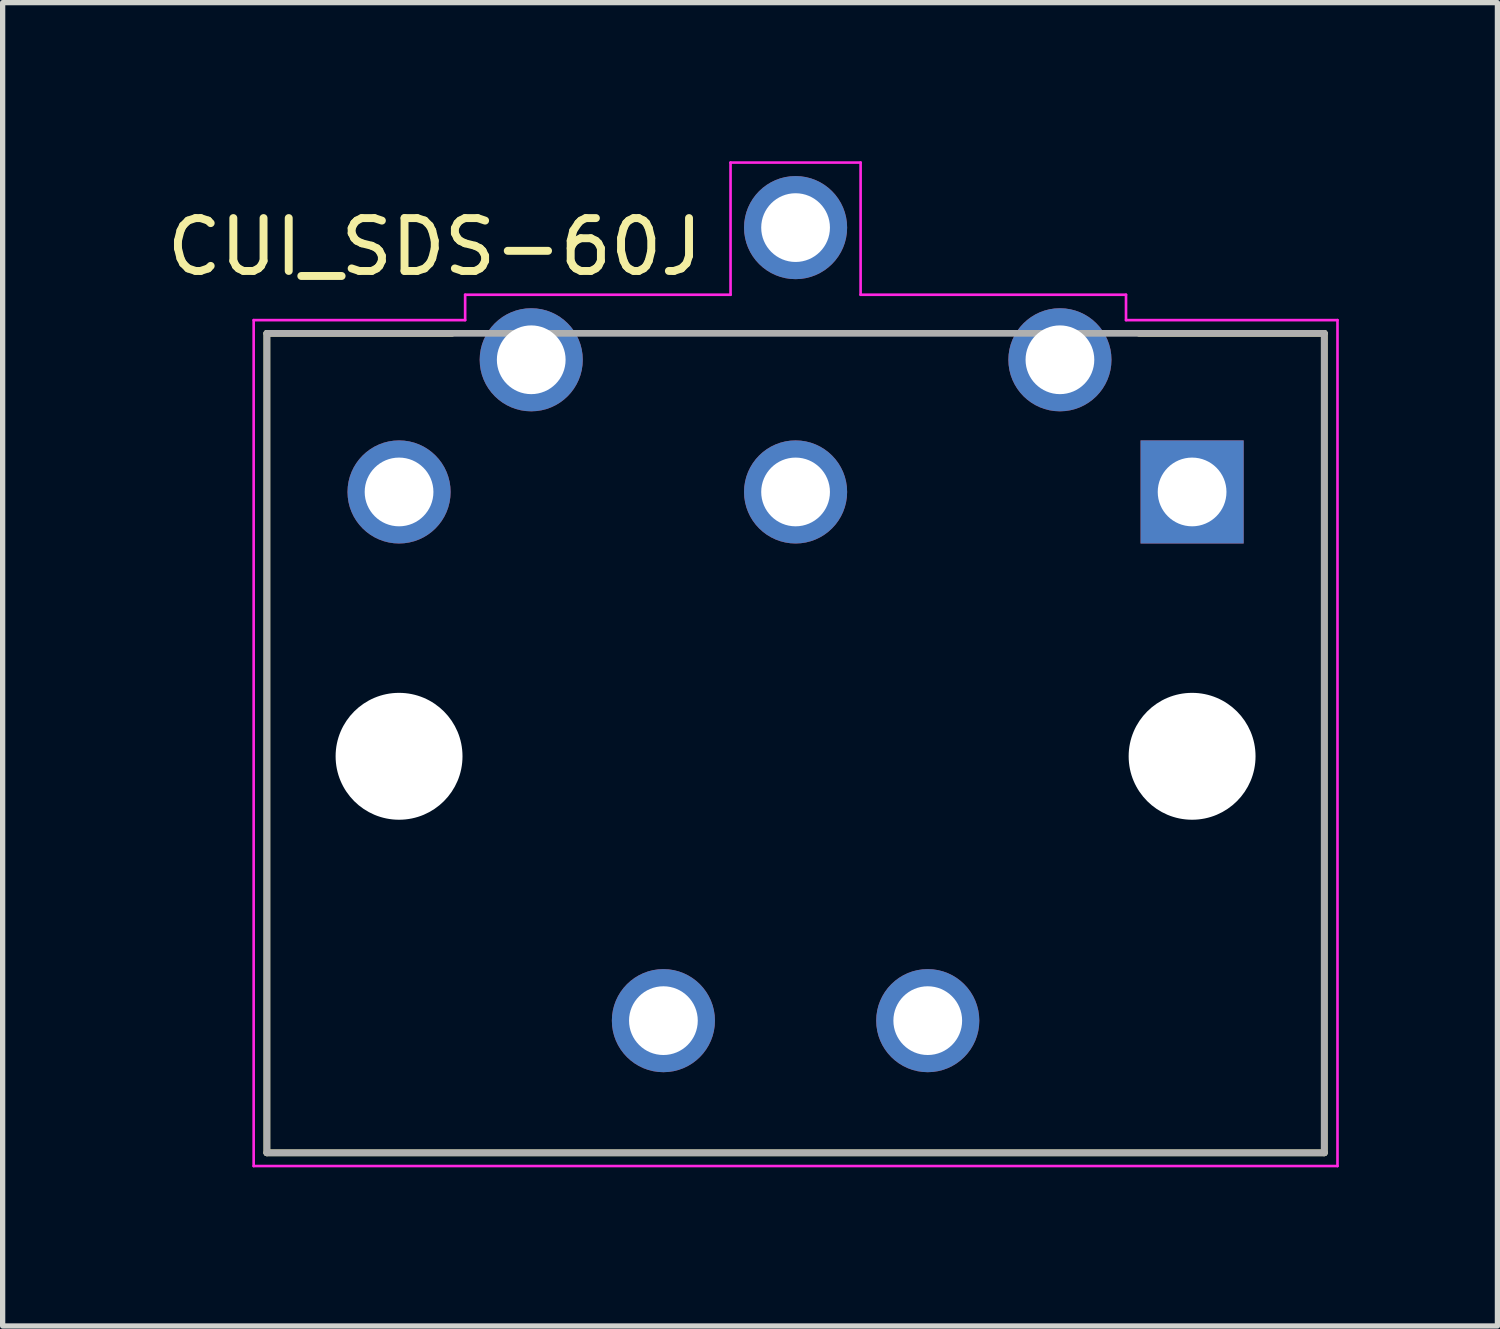
<source format=kicad_pcb>
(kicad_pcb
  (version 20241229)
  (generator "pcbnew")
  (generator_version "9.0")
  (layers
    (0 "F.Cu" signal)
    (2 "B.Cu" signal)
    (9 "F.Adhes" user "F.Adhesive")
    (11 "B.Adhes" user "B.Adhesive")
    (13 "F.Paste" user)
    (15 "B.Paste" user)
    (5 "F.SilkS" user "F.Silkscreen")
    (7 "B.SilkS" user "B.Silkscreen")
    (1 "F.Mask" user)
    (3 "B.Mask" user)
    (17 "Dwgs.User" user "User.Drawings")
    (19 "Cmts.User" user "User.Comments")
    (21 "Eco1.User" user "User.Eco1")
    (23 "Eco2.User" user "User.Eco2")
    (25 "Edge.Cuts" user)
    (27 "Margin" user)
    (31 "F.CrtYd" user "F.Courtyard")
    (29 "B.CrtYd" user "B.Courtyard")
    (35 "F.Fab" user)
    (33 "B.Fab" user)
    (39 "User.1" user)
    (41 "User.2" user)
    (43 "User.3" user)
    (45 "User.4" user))
  (footprint "CUI_SDS-60J"
    (layer "F.Cu")
    (at 11.998 11.255)
    (property "Reference" "CUI_SDS-60J" (at -6.825 -9.635 0) (layer "F.SilkS") (effects (font (size 1 1) (thickness 0.15))))
    (attr through_hole)
    (fp_line (start -10 -8) (end -6.5 -8) (stroke (width 0.127) (type solid)) (layer "F.SilkS"))
    (fp_line (start -10 7.5) (end -10 -8) (stroke (width 0.127) (type solid)) (layer "F.SilkS"))
    (fp_line (start -10 7.5) (end 10 7.5) (stroke (width 0.127) (type solid)) (layer "F.SilkS"))
    (fp_line (start 6.5 -8) (end 10 -8) (stroke (width 0.127) (type solid)) (layer "F.SilkS"))
    (fp_line (start 10 -8) (end 10 7.5) (stroke (width 0.127) (type solid)) (layer "F.SilkS"))
    (fp_line (start -10.25 -8.25) (end -6.25 -8.25) (stroke (width 0.05) (type solid)) (layer "F.CrtYd"))
    (fp_line (start -10.25 7.75) (end -10.25 -8.25) (stroke (width 0.05) (type solid)) (layer "F.CrtYd"))
    (fp_line (start -6.25 -8.73) (end -1.23 -8.73) (stroke (width 0.05) (type solid)) (layer "F.CrtYd"))
    (fp_line (start -6.25 -8.25) (end -6.25 -8.73) (stroke (width 0.05) (type solid)) (layer "F.CrtYd"))
    (fp_line (start -1.23 -11.23) (end 1.23 -11.23) (stroke (width 0.05) (type solid)) (layer "F.CrtYd"))
    (fp_line (start -1.23 -8.73) (end -1.23 -11.23) (stroke (width 0.05) (type solid)) (layer "F.CrtYd"))
    (fp_line (start 1.23 -11.23) (end 1.23 -8.73) (stroke (width 0.05) (type solid)) (layer "F.CrtYd"))
    (fp_line (start 1.23 -8.73) (end 6.25 -8.73) (stroke (width 0.05) (type solid)) (layer "F.CrtYd"))
    (fp_line (start 6.25 -8.73) (end 6.25 -8.25) (stroke (width 0.05) (type solid)) (layer "F.CrtYd"))
    (fp_line (start 6.25 -8.25) (end 10.25 -8.25) (stroke (width 0.05) (type solid)) (layer "F.CrtYd"))
    (fp_line (start 10.25 -8.25) (end 10.25 7.75) (stroke (width 0.05) (type solid)) (layer "F.CrtYd"))
    (fp_line (start 10.25 7.75) (end -10.25 7.75) (stroke (width 0.05) (type solid)) (layer "F.CrtYd"))
    (fp_line (start -10 -8) (end 10 -8) (stroke (width 0.127) (type solid)) (layer "F.Fab"))
    (fp_line (start -10 7.5) (end -10 -8) (stroke (width 0.127) (type solid)) (layer "F.Fab"))
    (fp_line (start 10 -8) (end 10 7.5) (stroke (width 0.127) (type solid)) (layer "F.Fab"))
    (fp_line (start 10 7.5) (end -10 7.5) (stroke (width 0.127) (type solid)) (layer "F.Fab"))
    (pad "" np_thru_hole circle (at -7.5 0) (size 2.4 2.4) (drill 2.4) (layers "*.Cu" "*.Mask"))
    (pad "" np_thru_hole circle (at 7.5 0) (size 2.4 2.4) (drill 2.4) (layers "*.Cu" "*.Mask"))
    (pad "1" thru_hole rect (at 7.5 -5) (size 1.95 1.95) (drill 1.3) (layers "*.Cu" "*.Mask"))
    (pad "2" thru_hole circle (at 5 -7.5) (size 1.95 1.95) (drill 1.3) (layers "*.Cu" "*.Mask"))
    (pad "3" thru_hole circle (at 0 -5) (size 1.95 1.95) (drill 1.3) (layers "*.Cu" "*.Mask"))
    (pad "4" thru_hole circle (at -5 -7.5) (size 1.95 1.95) (drill 1.3) (layers "*.Cu" "*.Mask"))
    (pad "5" thru_hole circle (at -7.5 -5) (size 1.95 1.95) (drill 1.3) (layers "*.Cu" "*.Mask"))
    (pad "6" thru_hole circle (at 0 -10) (size 1.95 1.95) (drill 1.3) (layers "*.Cu" "*.Mask"))
    (pad "E1" thru_hole circle (at -2.5 5) (size 1.95 1.95) (drill 1.3) (layers "*.Cu" "*.Mask"))
    (pad "E2" thru_hole circle (at 2.5 5) (size 1.95 1.95) (drill 1.3) (layers "*.Cu" "*.Mask")))
  (gr_rect
    (start -3 -3)
    (end 25.273 22.03)
    (stroke (width 0.1) (type default))
    (fill no)
    (layer "Edge.Cuts")))
</source>
